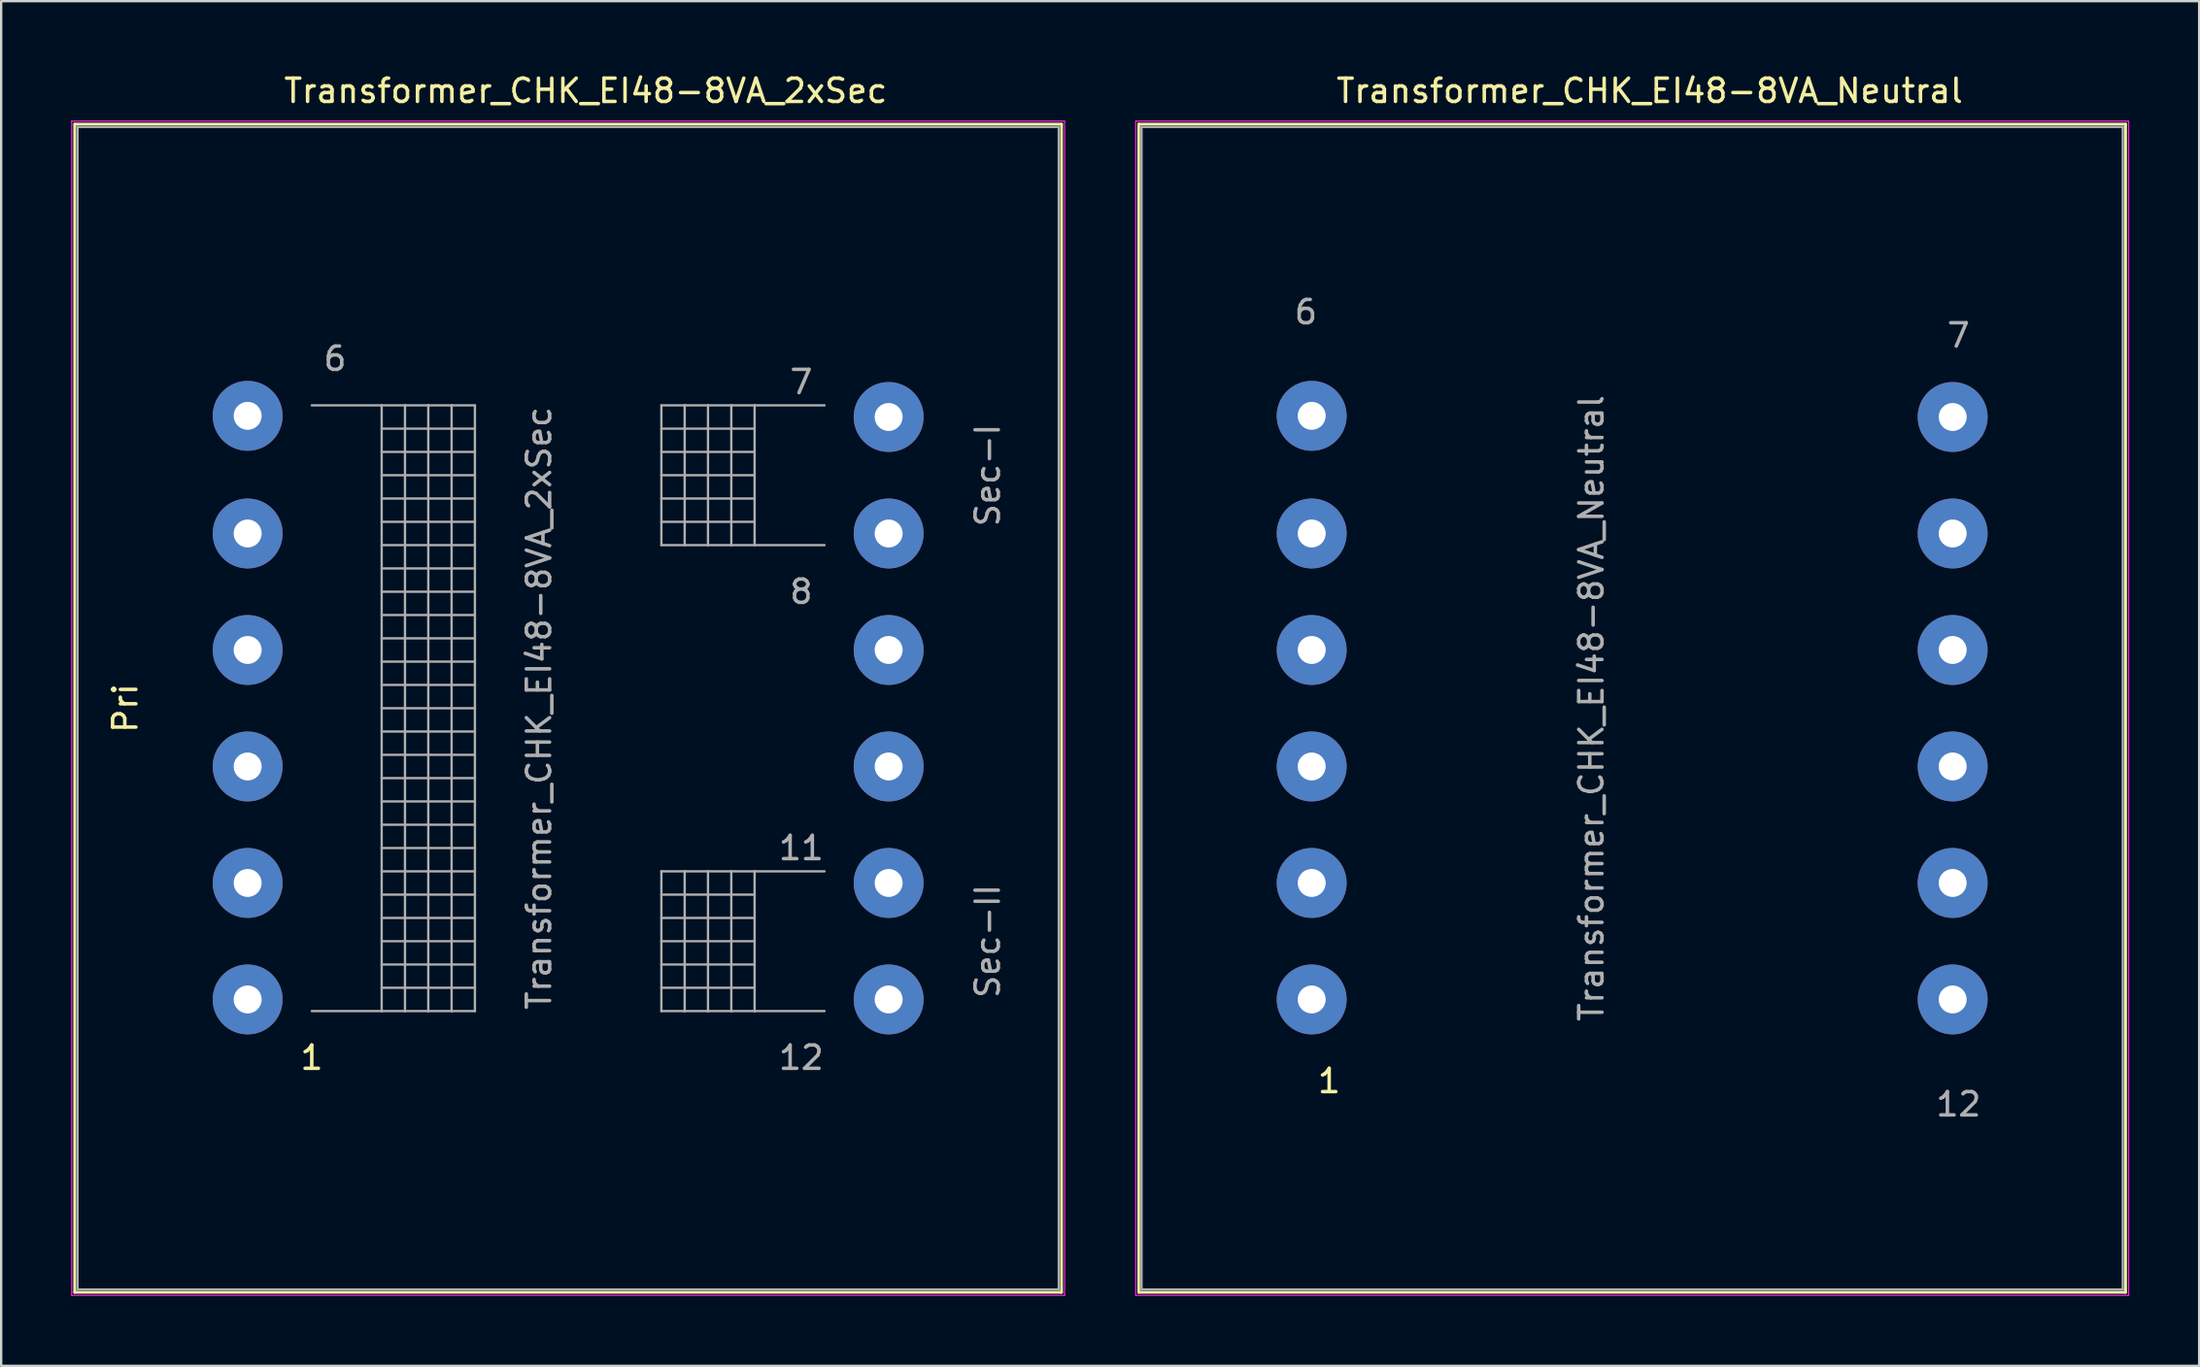
<source format=kicad_pcb>
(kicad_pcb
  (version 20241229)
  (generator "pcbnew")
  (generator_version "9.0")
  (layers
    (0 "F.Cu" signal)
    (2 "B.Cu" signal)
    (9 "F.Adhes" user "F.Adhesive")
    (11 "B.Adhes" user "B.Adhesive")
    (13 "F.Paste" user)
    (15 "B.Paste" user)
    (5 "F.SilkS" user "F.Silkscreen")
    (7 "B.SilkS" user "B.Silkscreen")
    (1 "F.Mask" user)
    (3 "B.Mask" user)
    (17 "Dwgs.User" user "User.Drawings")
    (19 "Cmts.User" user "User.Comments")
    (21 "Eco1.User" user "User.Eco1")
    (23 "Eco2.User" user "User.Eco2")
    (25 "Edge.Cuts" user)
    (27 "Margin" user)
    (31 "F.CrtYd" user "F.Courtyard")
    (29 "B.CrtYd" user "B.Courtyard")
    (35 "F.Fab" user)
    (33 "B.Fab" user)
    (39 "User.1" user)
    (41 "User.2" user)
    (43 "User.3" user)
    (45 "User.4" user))
  (footprint "Transformer_CHK_EI48-8VA_Neutral"
    (layer "F.Cu")
    (at 53.225 39.848)
    (property "Reference" "Transformer_CHK_EI48-8VA_Neutral" (at 14.5 -39 0) (layer "F.SilkS") (effects (font (size 1 1) (thickness 0.15))))
    (attr through_hole)
    (fp_line (start -7.42 -37.57) (end -7.42 12.57) (stroke (width 0.12) (type solid)) (layer "F.SilkS"))
    (fp_line (start -7.42 -37.57) (end 34.92 -37.57) (stroke (width 0.12) (type solid)) (layer "F.SilkS"))
    (fp_line (start 34.92 12.57) (end -7.42 12.57) (stroke (width 0.12) (type solid)) (layer "F.SilkS"))
    (fp_line (start 34.92 12.57) (end 34.92 -37.57) (stroke (width 0.12) (type solid)) (layer "F.SilkS"))
    (fp_line (start -7.55 -37.7) (end -7.55 12.7) (stroke (width 0.05) (type solid)) (layer "F.CrtYd"))
    (fp_line (start -7.55 -37.7) (end 35.05 -37.7) (stroke (width 0.05) (type solid)) (layer "F.CrtYd"))
    (fp_line (start 35.05 12.7) (end -7.55 12.7) (stroke (width 0.05) (type solid)) (layer "F.CrtYd"))
    (fp_line (start 35.05 12.7) (end 35.05 -37.7) (stroke (width 0.05) (type solid)) (layer "F.CrtYd"))
    (fp_line (start -7.3 -37.45) (end 34.8 -37.45) (stroke (width 0.1) (type solid)) (layer "F.Fab"))
    (fp_line (start -7.3 12.45) (end -7.3 -37.45) (stroke (width 0.1) (type solid)) (layer "F.Fab"))
    (fp_line (start 34.8 -37.45) (end 34.8 12.45) (stroke (width 0.1) (type solid)) (layer "F.Fab"))
    (fp_line (start 34.8 12.45) (end -7.3 12.45) (stroke (width 0.1) (type solid)) (layer "F.Fab"))
    (fp_text user "1" (at 0.75 3.5 0) (layer "F.SilkS") (effects (font (size 1 1) (thickness 0.15))))
    (fp_text user "12" (at 27.75 4.5 0) (layer "F.Fab") (effects (font (size 1 1) (thickness 0.15))))
    (fp_text user "6" (at -0.25 -29.5 0) (layer "F.Fab") (effects (font (size 1 1) (thickness 0.15))))
    (fp_text user "${REFERENCE}" (at 12 -12.5 90) (layer "F.Fab") (effects (font (size 1 1) (thickness 0.15))))
    (fp_text user "7" (at 27.75 -28.5 0) (layer "F.Fab") (effects (font (size 1 1) (thickness 0.15))))
    (pad "1" thru_hole circle (at 0 0) (size 3 3) (drill 1.2) (layers "*.Cu" "*.Mask"))
    (pad "2" thru_hole circle (at 0 -5) (size 3 3) (drill 1.2) (layers "*.Cu" "*.Mask"))
    (pad "3" thru_hole circle (at 0 -10) (size 3 3) (drill 1.2) (layers "*.Cu" "*.Mask"))
    (pad "4" thru_hole circle (at 0 -15) (size 3 3) (drill 1.2) (layers "*.Cu" "*.Mask"))
    (pad "5" thru_hole circle (at 0 -20) (size 3 3) (drill 1.2) (layers "*.Cu" "*.Mask"))
    (pad "6" thru_hole circle (at 0 -25.05) (size 3 3) (drill 1.2) (layers "*.Cu" "*.Mask"))
    (pad "7" thru_hole circle (at 27.5 -25) (size 3 3) (drill 1.2) (layers "*.Cu" "*.Mask"))
    (pad "8" thru_hole circle (at 27.5 -20) (size 3 3) (drill 1.2) (layers "*.Cu" "*.Mask"))
    (pad "9" thru_hole circle (at 27.5 -15) (size 3 3) (drill 1.2) (layers "*.Cu" "*.Mask"))
    (pad "10" thru_hole circle (at 27.5 -10) (size 3 3) (drill 1.2) (layers "*.Cu" "*.Mask"))
    (pad "11" thru_hole circle (at 27.5 -5) (size 3 3) (drill 1.2) (layers "*.Cu" "*.Mask"))
    (pad "12" thru_hole circle (at 27.5 0) (size 3 3) (drill 1.2) (layers "*.Cu" "*.Mask")))
  (footprint "Transformer_CHK_EI48-8VA_2xSec"
    (layer "F.Cu")
    (at 7.575 39.848)
    (property "Reference" "Transformer_CHK_EI48-8VA_2xSec" (at 14.5 -39 0) (layer "F.SilkS") (effects (font (size 1 1) (thickness 0.15))))
    (attr through_hole)
    (fp_line (start -7.42 -37.57) (end -7.42 12.57) (stroke (width 0.12) (type solid)) (layer "F.SilkS"))
    (fp_line (start -7.42 -37.57) (end 34.92 -37.57) (stroke (width 0.12) (type solid)) (layer "F.SilkS"))
    (fp_line (start 34.92 12.57) (end -7.42 12.57) (stroke (width 0.12) (type solid)) (layer "F.SilkS"))
    (fp_line (start 34.92 12.57) (end 34.92 -37.57) (stroke (width 0.12) (type solid)) (layer "F.SilkS"))
    (fp_line (start -7.55 -37.7) (end -7.55 12.7) (stroke (width 0.05) (type solid)) (layer "F.CrtYd"))
    (fp_line (start -7.55 -37.7) (end 35.05 -37.7) (stroke (width 0.05) (type solid)) (layer "F.CrtYd"))
    (fp_line (start 35.05 12.7) (end -7.55 12.7) (stroke (width 0.05) (type solid)) (layer "F.CrtYd"))
    (fp_line (start 35.05 12.7) (end 35.05 -37.7) (stroke (width 0.05) (type solid)) (layer "F.CrtYd"))
    (fp_line (start -7.3 -37.45) (end 34.8 -37.45) (stroke (width 0.1) (type solid)) (layer "F.Fab"))
    (fp_line (start -7.3 12.45) (end -7.3 -37.45) (stroke (width 0.1) (type solid)) (layer "F.Fab"))
    (fp_line (start 2.75 -25.5) (end 5.75 -25.5) (stroke (width 0.1) (type solid)) (layer "F.Fab"))
    (fp_line (start 5.75 -25.5) (end 5.75 0.5) (stroke (width 0.1) (type solid)) (layer "F.Fab"))
    (fp_line (start 5.75 -25.5) (end 6.75 -25.5) (stroke (width 0.1) (type solid)) (layer "F.Fab"))
    (fp_line (start 5.75 -24.5) (end 9.75 -24.5) (stroke (width 0.1) (type solid)) (layer "F.Fab"))
    (fp_line (start 5.75 -23.5) (end 9.75 -23.5) (stroke (width 0.1) (type solid)) (layer "F.Fab"))
    (fp_line (start 5.75 -22.5) (end 9.75 -22.5) (stroke (width 0.1) (type solid)) (layer "F.Fab"))
    (fp_line (start 5.75 -21.5) (end 9.75 -21.5) (stroke (width 0.1) (type solid)) (layer "F.Fab"))
    (fp_line (start 5.75 -20.5) (end 9.75 -20.5) (stroke (width 0.1) (type solid)) (layer "F.Fab"))
    (fp_line (start 5.75 -19.5) (end 9.75 -19.5) (stroke (width 0.1) (type solid)) (layer "F.Fab"))
    (fp_line (start 5.75 -18.5) (end 9.75 -18.5) (stroke (width 0.1) (type solid)) (layer "F.Fab"))
    (fp_line (start 5.75 -17.5) (end 9.75 -17.5) (stroke (width 0.1) (type solid)) (layer "F.Fab"))
    (fp_line (start 5.75 -16.5) (end 9.75 -16.5) (stroke (width 0.1) (type solid)) (layer "F.Fab"))
    (fp_line (start 5.75 -15.5) (end 9.75 -15.5) (stroke (width 0.1) (type solid)) (layer "F.Fab"))
    (fp_line (start 5.75 -13.5) (end 9.75 -13.5) (stroke (width 0.1) (type solid)) (layer "F.Fab"))
    (fp_line (start 5.75 -12.5) (end 9.75 -12.5) (stroke (width 0.1) (type solid)) (layer "F.Fab"))
    (fp_line (start 5.75 -10.5) (end 9.75 -10.5) (stroke (width 0.1) (type solid)) (layer "F.Fab"))
    (fp_line (start 5.75 -8.5) (end 9.75 -8.5) (stroke (width 0.1) (type solid)) (layer "F.Fab"))
    (fp_line (start 5.75 -6.5) (end 9.75 -6.5) (stroke (width 0.1) (type solid)) (layer "F.Fab"))
    (fp_line (start 5.75 -4.5) (end 9.75 -4.5) (stroke (width 0.1) (type solid)) (layer "F.Fab"))
    (fp_line (start 5.75 -2.5) (end 9.75 -2.5) (stroke (width 0.1) (type solid)) (layer "F.Fab"))
    (fp_line (start 5.75 -0.5) (end 9.75 -0.5) (stroke (width 0.1) (type solid)) (layer "F.Fab"))
    (fp_line (start 5.75 0.5) (end 2.75 0.5) (stroke (width 0.1) (type solid)) (layer "F.Fab"))
    (fp_line (start 6.75 -25.5) (end 6.75 0.5) (stroke (width 0.1) (type solid)) (layer "F.Fab"))
    (fp_line (start 6.75 -25.5) (end 7.75 -25.5) (stroke (width 0.1) (type solid)) (layer "F.Fab"))
    (fp_line (start 6.75 0.5) (end 5.75 0.5) (stroke (width 0.1) (type solid)) (layer "F.Fab"))
    (fp_line (start 7.75 -25.5) (end 7.75 0.5) (stroke (width 0.1) (type solid)) (layer "F.Fab"))
    (fp_line (start 7.75 -25.5) (end 8.75 -25.5) (stroke (width 0.1) (type solid)) (layer "F.Fab"))
    (fp_line (start 7.75 0.5) (end 6.75 0.5) (stroke (width 0.1) (type solid)) (layer "F.Fab"))
    (fp_line (start 8.75 -25.5) (end 8.75 0.5) (stroke (width 0.1) (type solid)) (layer "F.Fab"))
    (fp_line (start 8.75 -25.5) (end 9.75 -25.5) (stroke (width 0.1) (type solid)) (layer "F.Fab"))
    (fp_line (start 8.75 0.5) (end 7.75 0.5) (stroke (width 0.1) (type solid)) (layer "F.Fab"))
    (fp_line (start 9.75 -25.5) (end 9.75 0.5) (stroke (width 0.1) (type solid)) (layer "F.Fab"))
    (fp_line (start 9.75 -14.5) (end 5.75 -14.5) (stroke (width 0.1) (type solid)) (layer "F.Fab"))
    (fp_line (start 9.75 -11.5) (end 5.75 -11.5) (stroke (width 0.1) (type solid)) (layer "F.Fab"))
    (fp_line (start 9.75 -9.5) (end 5.75 -9.5) (stroke (width 0.1) (type solid)) (layer "F.Fab"))
    (fp_line (start 9.75 -7.5) (end 5.75 -7.5) (stroke (width 0.1) (type solid)) (layer "F.Fab"))
    (fp_line (start 9.75 -5.5) (end 5.75 -5.5) (stroke (width 0.1) (type solid)) (layer "F.Fab"))
    (fp_line (start 9.75 -3.5) (end 5.75 -3.5) (stroke (width 0.1) (type solid)) (layer "F.Fab"))
    (fp_line (start 9.75 -1.5) (end 5.75 -1.5) (stroke (width 0.1) (type solid)) (layer "F.Fab"))
    (fp_line (start 9.75 0.5) (end 8.75 0.5) (stroke (width 0.1) (type solid)) (layer "F.Fab"))
    (fp_line (start 17.75 -25.5) (end 17.75 -19.5) (stroke (width 0.1) (type solid)) (layer "F.Fab"))
    (fp_line (start 17.75 -24.5) (end 21.75 -24.5) (stroke (width 0.1) (type solid)) (layer "F.Fab"))
    (fp_line (start 17.75 -23.5) (end 21.75 -23.5) (stroke (width 0.1) (type solid)) (layer "F.Fab"))
    (fp_line (start 17.75 -22.5) (end 21.75 -22.5) (stroke (width 0.1) (type solid)) (layer "F.Fab"))
    (fp_line (start 17.75 -21.5) (end 21.75 -21.5) (stroke (width 0.1) (type solid)) (layer "F.Fab"))
    (fp_line (start 17.75 -20.5) (end 21.75 -20.5) (stroke (width 0.1) (type solid)) (layer "F.Fab"))
    (fp_line (start 17.75 -19.5) (end 18.75 -19.5) (stroke (width 0.1) (type solid)) (layer "F.Fab"))
    (fp_line (start 17.75 -5.5) (end 17.75 0.5) (stroke (width 0.1) (type solid)) (layer "F.Fab"))
    (fp_line (start 17.75 -4.5) (end 21.75 -4.5) (stroke (width 0.1) (type solid)) (layer "F.Fab"))
    (fp_line (start 17.75 -3.5) (end 21.75 -3.5) (stroke (width 0.1) (type solid)) (layer "F.Fab"))
    (fp_line (start 17.75 -2.5) (end 21.75 -2.5) (stroke (width 0.1) (type solid)) (layer "F.Fab"))
    (fp_line (start 17.75 -1.5) (end 21.75 -1.5) (stroke (width 0.1) (type solid)) (layer "F.Fab"))
    (fp_line (start 17.75 -0.5) (end 21.75 -0.5) (stroke (width 0.1) (type solid)) (layer "F.Fab"))
    (fp_line (start 17.75 0.5) (end 18.75 0.5) (stroke (width 0.1) (type solid)) (layer "F.Fab"))
    (fp_line (start 18.75 -25.5) (end 17.75 -25.5) (stroke (width 0.1) (type solid)) (layer "F.Fab"))
    (fp_line (start 18.75 -25.5) (end 18.75 -19.5) (stroke (width 0.1) (type solid)) (layer "F.Fab"))
    (fp_line (start 18.75 -19.5) (end 19.75 -19.5) (stroke (width 0.1) (type solid)) (layer "F.Fab"))
    (fp_line (start 18.75 -5.5) (end 17.75 -5.5) (stroke (width 0.1) (type solid)) (layer "F.Fab"))
    (fp_line (start 18.75 -5.5) (end 18.75 0.5) (stroke (width 0.1) (type solid)) (layer "F.Fab"))
    (fp_line (start 18.75 0.5) (end 19.75 0.5) (stroke (width 0.1) (type solid)) (layer "F.Fab"))
    (fp_line (start 19.75 -25.5) (end 18.75 -25.5) (stroke (width 0.1) (type solid)) (layer "F.Fab"))
    (fp_line (start 19.75 -25.5) (end 19.75 -19.5) (stroke (width 0.1) (type solid)) (layer "F.Fab"))
    (fp_line (start 19.75 -19.5) (end 20.75 -19.5) (stroke (width 0.1) (type solid)) (layer "F.Fab"))
    (fp_line (start 19.75 -5.5) (end 18.75 -5.5) (stroke (width 0.1) (type solid)) (layer "F.Fab"))
    (fp_line (start 19.75 -5.5) (end 19.75 0.5) (stroke (width 0.1) (type solid)) (layer "F.Fab"))
    (fp_line (start 19.75 0.5) (end 20.75 0.5) (stroke (width 0.1) (type solid)) (layer "F.Fab"))
    (fp_line (start 20.75 -25.5) (end 19.75 -25.5) (stroke (width 0.1) (type solid)) (layer "F.Fab"))
    (fp_line (start 20.75 -25.5) (end 20.75 -19.5) (stroke (width 0.1) (type solid)) (layer "F.Fab"))
    (fp_line (start 20.75 -19.5) (end 21.75 -19.5) (stroke (width 0.1) (type solid)) (layer "F.Fab"))
    (fp_line (start 20.75 -5.5) (end 19.75 -5.5) (stroke (width 0.1) (type solid)) (layer "F.Fab"))
    (fp_line (start 20.75 -5.5) (end 20.75 0.5) (stroke (width 0.1) (type solid)) (layer "F.Fab"))
    (fp_line (start 20.75 0.5) (end 21.75 0.5) (stroke (width 0.1) (type solid)) (layer "F.Fab"))
    (fp_line (start 21.75 -25.5) (end 20.75 -25.5) (stroke (width 0.1) (type solid)) (layer "F.Fab"))
    (fp_line (start 21.75 -25.5) (end 21.75 -19.5) (stroke (width 0.1) (type solid)) (layer "F.Fab"))
    (fp_line (start 21.75 -19.5) (end 24.75 -19.5) (stroke (width 0.1) (type solid)) (layer "F.Fab"))
    (fp_line (start 21.75 -5.5) (end 20.75 -5.5) (stroke (width 0.1) (type solid)) (layer "F.Fab"))
    (fp_line (start 21.75 -5.5) (end 21.75 0.5) (stroke (width 0.1) (type solid)) (layer "F.Fab"))
    (fp_line (start 21.75 0.5) (end 24.75 0.5) (stroke (width 0.1) (type solid)) (layer "F.Fab"))
    (fp_line (start 24.75 -25.5) (end 21.75 -25.5) (stroke (width 0.1) (type solid)) (layer "F.Fab"))
    (fp_line (start 24.75 -5.5) (end 21.75 -5.5) (stroke (width 0.1) (type solid)) (layer "F.Fab"))
    (fp_line (start 34.8 -37.45) (end 34.8 12.45) (stroke (width 0.1) (type solid)) (layer "F.Fab"))
    (fp_line (start 34.8 12.45) (end -7.3 12.45) (stroke (width 0.1) (type solid)) (layer "F.Fab"))
    (fp_text user "1" (at 2.75 2.5 0) (layer "F.SilkS") (effects (font (size 1 1) (thickness 0.15))))
    (fp_text user "Pri" (at -5.25 -12.5 90) (layer "F.SilkS") (effects (font (size 1 1) (thickness 0.15))))
    (fp_text user "Sec-I" (at 31.75 -22.5 90) (layer "F.Fab") (effects (font (size 1 1) (thickness 0.15))))
    (fp_text user "7" (at 23.75 -26.5 0) (layer "F.Fab") (effects (font (size 1 1) (thickness 0.15))))
    (fp_text user "${REFERENCE}" (at 12.5 -12.5 90) (layer "F.Fab") (effects (font (size 1 1) (thickness 0.15))))
    (fp_text user "8" (at 23.75 -17.5 0) (layer "F.Fab") (effects (font (size 1 1) (thickness 0.15))))
    (fp_text user "12" (at 23.75 2.5 0) (layer "F.Fab") (effects (font (size 1 1) (thickness 0.15))))
    (fp_text user "Sec-II" (at 31.75 -2.5 90) (layer "F.Fab") (effects (font (size 1 1) (thickness 0.15))))
    (fp_text user "6" (at 3.75 -27.5 0) (layer "F.Fab") (effects (font (size 1 1) (thickness 0.15))))
    (fp_text user "11" (at 23.75 -6.5 0) (layer "F.Fab") (effects (font (size 1 1) (thickness 0.15))))
    (pad "1" thru_hole circle (at 0 0) (size 3 3) (drill 1.2) (layers "*.Cu" "*.Mask"))
    (pad "2" thru_hole circle (at 0 -5) (size 3 3) (drill 1.2) (layers "*.Cu" "*.Mask"))
    (pad "3" thru_hole circle (at 0 -10) (size 3 3) (drill 1.2) (layers "*.Cu" "*.Mask"))
    (pad "4" thru_hole circle (at 0 -15) (size 3 3) (drill 1.2) (layers "*.Cu" "*.Mask"))
    (pad "5" thru_hole circle (at 0 -20) (size 3 3) (drill 1.2) (layers "*.Cu" "*.Mask"))
    (pad "6" thru_hole circle (at 0 -25.05) (size 3 3) (drill 1.2) (layers "*.Cu" "*.Mask"))
    (pad "7" thru_hole circle (at 27.5 -25) (size 3 3) (drill 1.2) (layers "*.Cu" "*.Mask"))
    (pad "8" thru_hole circle (at 27.5 -20) (size 3 3) (drill 1.2) (layers "*.Cu" "*.Mask"))
    (pad "9" thru_hole circle (at 27.5 -15) (size 3 3) (drill 1.2) (layers "*.Cu" "*.Mask"))
    (pad "10" thru_hole circle (at 27.5 -10) (size 3 3) (drill 1.2) (layers "*.Cu" "*.Mask"))
    (pad "11" thru_hole circle (at 27.5 -5) (size 3 3) (drill 1.2) (layers "*.Cu" "*.Mask"))
    (pad "12" thru_hole circle (at 27.5 0) (size 3 3) (drill 1.2) (layers "*.Cu" "*.Mask")))
  (gr_rect
    (start -3 -3)
    (end 91.3 55.573)
    (stroke (width 0.1) (type default))
    (fill no)
    (layer "Edge.Cuts")))
</source>
